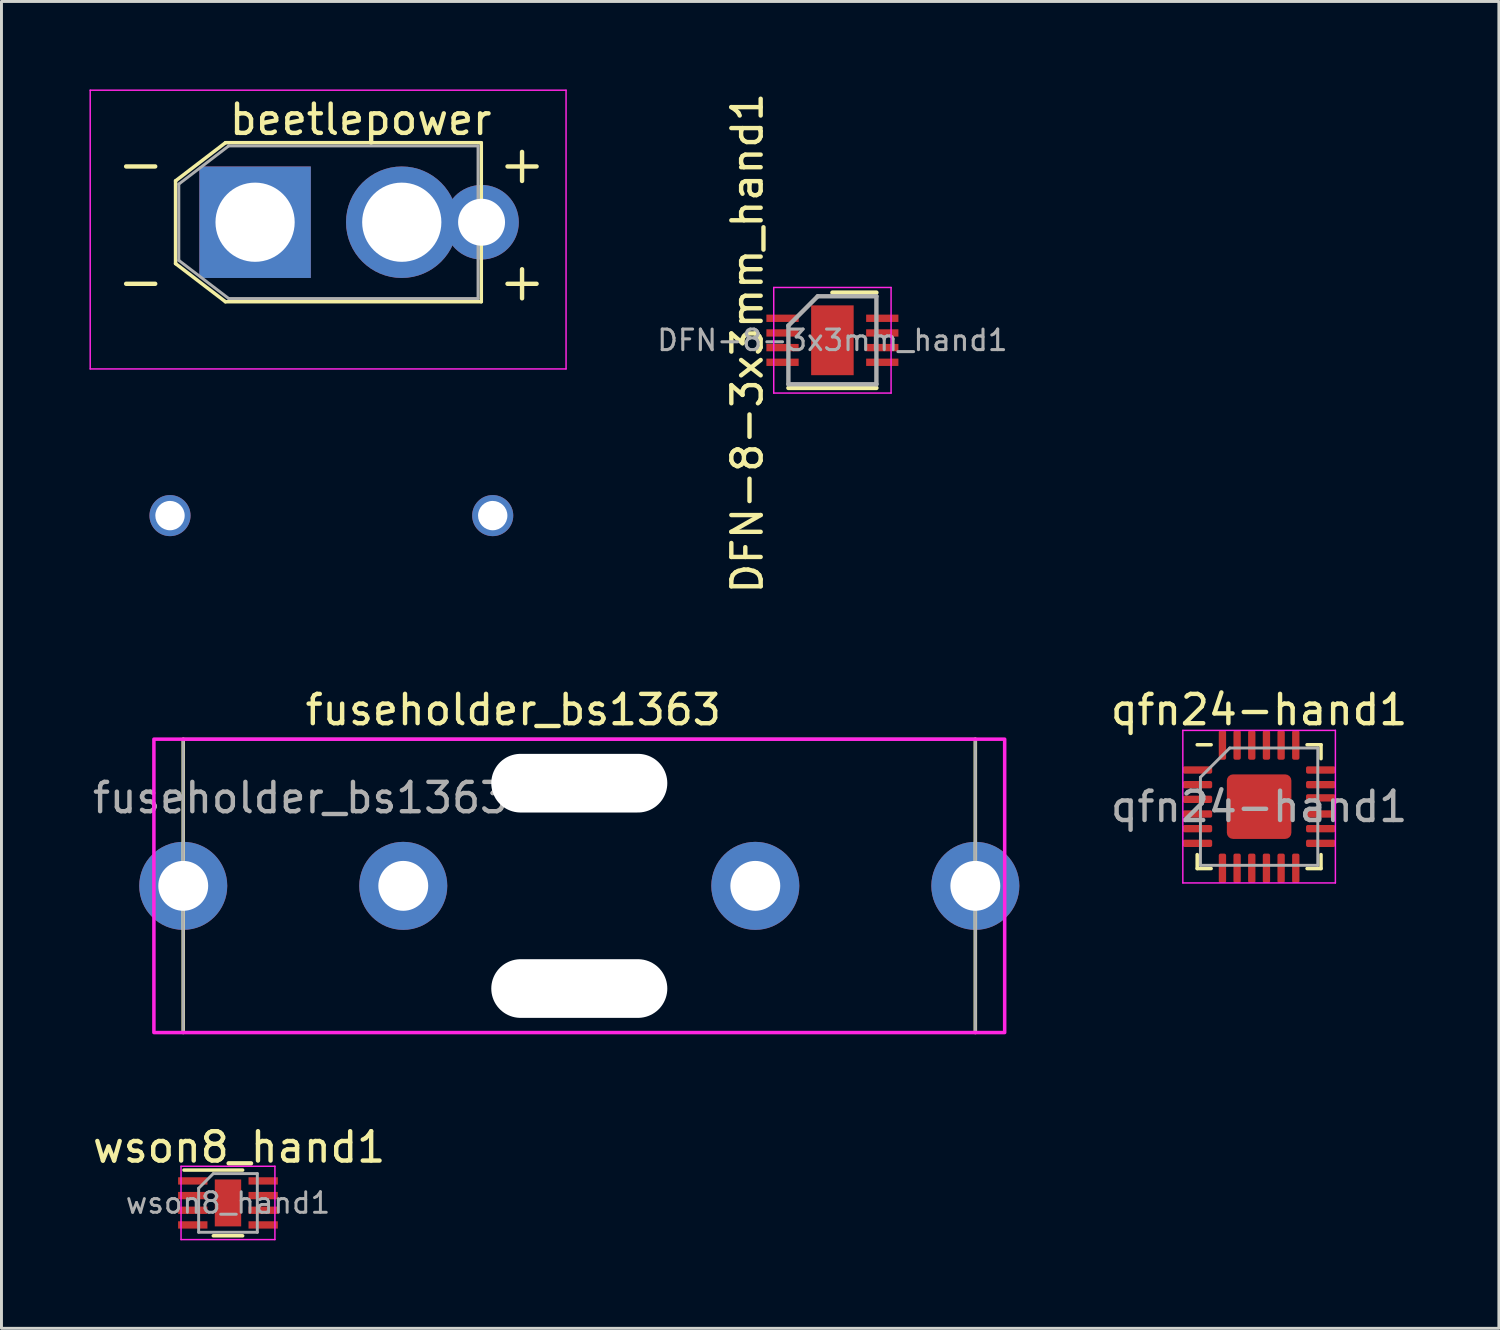
<source format=kicad_pcb>
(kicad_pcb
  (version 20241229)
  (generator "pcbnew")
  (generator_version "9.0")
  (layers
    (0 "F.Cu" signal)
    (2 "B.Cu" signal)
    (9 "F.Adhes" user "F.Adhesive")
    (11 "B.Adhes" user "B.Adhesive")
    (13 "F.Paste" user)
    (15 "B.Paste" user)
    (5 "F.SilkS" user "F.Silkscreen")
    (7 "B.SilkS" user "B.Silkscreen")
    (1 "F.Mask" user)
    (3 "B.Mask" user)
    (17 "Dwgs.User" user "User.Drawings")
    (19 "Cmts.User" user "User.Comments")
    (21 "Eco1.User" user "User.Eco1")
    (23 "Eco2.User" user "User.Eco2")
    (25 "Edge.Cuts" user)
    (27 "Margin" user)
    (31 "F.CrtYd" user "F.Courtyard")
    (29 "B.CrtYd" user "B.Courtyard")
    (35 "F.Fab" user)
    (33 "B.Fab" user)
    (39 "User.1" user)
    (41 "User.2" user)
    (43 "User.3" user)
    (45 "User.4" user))
  (footprint "fuseholder_bs1363"
    (layer "F.Cu")
    (at 3.196 27.146)
    (property "Reference" "fuseholder_bs1363" (at 11.25 -6 0) (layer "F.SilkS") (effects (font (size 1 1) (thickness 0.15))))
    (attr through_hole)
    (fp_line (start 0 -5) (end 0 5) (stroke (width 0.12) (type solid)) (layer "F.SilkS"))
    (fp_line (start 27 -5) (end 27 5) (stroke (width 0.12) (type solid)) (layer "F.SilkS"))
    (fp_rect (start -1 -5) (end 28 5) (stroke (width 0.12) (type solid)) (fill no) (layer "F.CrtYd"))
    (fp_rect (start 0 -5) (end 27 5) (stroke (width 0.1) (type solid)) (fill no) (layer "F.Fab"))
    (fp_text user "${REFERENCE}" (at 4 -3 0) (layer "F.Fab") (effects (font (size 1 1) (thickness 0.15))))
    (pad "" np_thru_hole oval (at 13.5 -3.5) (size 6 2) (drill oval 6 2) (layers "*.Cu" "*.Mask"))
    (pad "" np_thru_hole oval (at 13.5 3.5) (size 6 2) (drill oval 6 2) (layers "*.Cu" "*.Mask"))
    (pad "1" thru_hole circle (at 0 0) (size 3 3) (drill 1.7) (layers "*.Cu" "*.Mask"))
    (pad "1" thru_hole circle (at 7.5 0) (size 3 3) (drill 1.7) (layers "*.Cu" "*.Mask"))
    (pad "2" thru_hole circle (at 19.5 0) (size 3 3) (drill 1.7) (layers "*.Cu" "*.Mask"))
    (pad "2" thru_hole circle (at 27 0) (size 3 3) (drill 1.7) (layers "*.Cu" "*.Mask")))
  (footprint "qfn24-hand1"
    (layer "F.Cu")
    (at 39.869 24.446)
    (property "Reference" "qfn24-hand1" (at 0 -3.3 0) (layer "F.SilkS") (effects (font (size 1 1) (thickness 0.15))))
    (attr smd)
    (fp_line (start -2.11 2.11) (end -2.11 1.635) (stroke (width 0.12) (type solid)) (layer "F.SilkS"))
    (fp_line (start -1.635 -2.11) (end -2.11 -2.11) (stroke (width 0.12) (type solid)) (layer "F.SilkS"))
    (fp_line (start -1.635 2.11) (end -2.11 2.11) (stroke (width 0.12) (type solid)) (layer "F.SilkS"))
    (fp_line (start 1.635 -2.11) (end 2.11 -2.11) (stroke (width 0.12) (type solid)) (layer "F.SilkS"))
    (fp_line (start 1.635 2.11) (end 2.11 2.11) (stroke (width 0.12) (type solid)) (layer "F.SilkS"))
    (fp_line (start 2.11 -2.11) (end 2.11 -1.635) (stroke (width 0.12) (type solid)) (layer "F.SilkS"))
    (fp_line (start 2.11 2.11) (end 2.11 1.635) (stroke (width 0.12) (type solid)) (layer "F.SilkS"))
    (fp_line (start -2.6 -2.6) (end -2.6 2.6) (stroke (width 0.05) (type solid)) (layer "F.CrtYd"))
    (fp_line (start -2.6 2.6) (end 2.6 2.6) (stroke (width 0.05) (type solid)) (layer "F.CrtYd"))
    (fp_line (start 2.6 -2.6) (end -2.6 -2.6) (stroke (width 0.05) (type solid)) (layer "F.CrtYd"))
    (fp_line (start 2.6 2.6) (end 2.6 -2.6) (stroke (width 0.05) (type solid)) (layer "F.CrtYd"))
    (fp_line (start -2 -1) (end -1 -2) (stroke (width 0.1) (type solid)) (layer "F.Fab"))
    (fp_line (start -2 2) (end -2 -1) (stroke (width 0.1) (type solid)) (layer "F.Fab"))
    (fp_line (start -1 -2) (end 2 -2) (stroke (width 0.1) (type solid)) (layer "F.Fab"))
    (fp_line (start 2 -2) (end 2 2) (stroke (width 0.1) (type solid)) (layer "F.Fab"))
    (fp_line (start 2 2) (end -2 2) (stroke (width 0.1) (type solid)) (layer "F.Fab"))
    (fp_text user "${REFERENCE}" (at 0 0 0) (layer "F.Fab") (effects (font (size 1 1) (thickness 0.15))))
    (pad "" smd roundrect (at -0.65 -0.65) (size 0.8 0.8) (layers "F.Paste") (roundrect_rratio 0.238))
    (pad "" smd roundrect (at -0.65 0.65) (size 0.8 0.8) (layers "F.Paste") (roundrect_rratio 0.238))
    (pad "" smd roundrect (at 0.65 -0.65) (size 0.8 0.8) (layers "F.Paste") (roundrect_rratio 0.238))
    (pad "" smd roundrect (at 0.65 0.65) (size 0.8 0.8) (layers "F.Paste") (roundrect_rratio 0.238))
    (pad "1" smd roundrect (at -2.1 -1.25) (size 1 0.25) (layers "F.Cu" "F.Mask" "F.Paste") (roundrect_rratio 0.25))
    (pad "2" smd roundrect (at -2.1 -0.75) (size 1 0.25) (layers "F.Cu" "F.Mask" "F.Paste") (roundrect_rratio 0.25))
    (pad "3" smd roundrect (at -2.1 -0.25) (size 1 0.25) (layers "F.Cu" "F.Mask" "F.Paste") (roundrect_rratio 0.25))
    (pad "4" smd roundrect (at -2.1 0.25) (size 1 0.25) (layers "F.Cu" "F.Mask" "F.Paste") (roundrect_rratio 0.25))
    (pad "5" smd roundrect (at -2.1 0.75) (size 1 0.25) (layers "F.Cu" "F.Mask" "F.Paste") (roundrect_rratio 0.25))
    (pad "6" smd roundrect (at -2.1 1.25) (size 1 0.25) (layers "F.Cu" "F.Mask" "F.Paste") (roundrect_rratio 0.25))
    (pad "7" smd roundrect (at -1.25 2.1) (size 0.25 1) (layers "F.Cu" "F.Mask" "F.Paste") (roundrect_rratio 0.25))
    (pad "8" smd roundrect (at -0.75 2.1) (size 0.25 1) (layers "F.Cu" "F.Mask" "F.Paste") (roundrect_rratio 0.25))
    (pad "9" smd roundrect (at -0.25 2.1) (size 0.25 1) (layers "F.Cu" "F.Mask" "F.Paste") (roundrect_rratio 0.25))
    (pad "10" smd roundrect (at 0.25 2.1) (size 0.25 1) (layers "F.Cu" "F.Mask" "F.Paste") (roundrect_rratio 0.25))
    (pad "11" smd roundrect (at 0.75 2.1) (size 0.25 1) (layers "F.Cu" "F.Mask" "F.Paste") (roundrect_rratio 0.25))
    (pad "12" smd roundrect (at 1.25 2.1) (size 0.25 1) (layers "F.Cu" "F.Mask" "F.Paste") (roundrect_rratio 0.25))
    (pad "13" smd roundrect (at 2.1 1.25) (size 1 0.25) (layers "F.Cu" "F.Mask" "F.Paste") (roundrect_rratio 0.25))
    (pad "14" smd roundrect (at 2.1 0.75) (size 1 0.25) (layers "F.Cu" "F.Mask" "F.Paste") (roundrect_rratio 0.25))
    (pad "15" smd roundrect (at 2.1 0.25) (size 1 0.25) (layers "F.Cu" "F.Mask" "F.Paste") (roundrect_rratio 0.25))
    (pad "16" smd roundrect (at 2.1 -0.3) (size 1 0.25) (layers "F.Cu" "F.Mask" "F.Paste") (roundrect_rratio 0.25))
    (pad "17" smd roundrect (at 2.1 -0.75) (size 1 0.25) (layers "F.Cu" "F.Mask" "F.Paste") (roundrect_rratio 0.25))
    (pad "18" smd roundrect (at 2.1 -1.25) (size 1 0.25) (layers "F.Cu" "F.Mask" "F.Paste") (roundrect_rratio 0.25))
    (pad "19" smd roundrect (at 1.25 -2.1) (size 0.25 1) (layers "F.Cu" "F.Mask" "F.Paste") (roundrect_rratio 0.25))
    (pad "20" smd roundrect (at 0.75 -2.1) (size 0.25 1) (layers "F.Cu" "F.Mask" "F.Paste") (roundrect_rratio 0.25))
    (pad "21" smd roundrect (at 0.25 -2.1) (size 0.25 1) (layers "F.Cu" "F.Mask" "F.Paste") (roundrect_rratio 0.25))
    (pad "22" smd roundrect (at -0.25 -2.1) (size 0.25 1) (layers "F.Cu" "F.Mask" "F.Paste") (roundrect_rratio 0.25))
    (pad "23" smd roundrect (at -0.75 -2.1) (size 0.25 1) (layers "F.Cu" "F.Mask" "F.Paste") (roundrect_rratio 0.25))
    (pad "24" smd roundrect (at -1.25 -2.1) (size 0.25 1) (layers "F.Cu" "F.Mask" "F.Paste") (roundrect_rratio 0.25))
    (pad "25" smd roundrect (at 0 0) (size 2.2 2.2) (layers "F.Cu" "F.Mask") (roundrect_rratio 0.096)))
  (footprint "DFN-8-3x3mm_hand1"
    (layer "F.Cu")
    (at 25.324 8.549)
    (property "Reference" "DFN-8-3x3mm_hand1" (at -2.9 0.1 90) (layer "F.SilkS") (effects (font (size 1 1) (thickness 0.15))))
    (attr smd)
    (fp_line (start -1.5 1.625) (end 1.5 1.625) (stroke (width 0.15) (type solid)) (layer "F.SilkS"))
    (fp_line (start 0 -1.625) (end 1.5 -1.625) (stroke (width 0.15) (type solid)) (layer "F.SilkS"))
    (fp_line (start -2 -1.8) (end -2 1.8) (stroke (width 0.05) (type solid)) (layer "F.CrtYd"))
    (fp_line (start -2 -1.8) (end 2 -1.8) (stroke (width 0.05) (type solid)) (layer "F.CrtYd"))
    (fp_line (start -2 1.8) (end 2 1.8) (stroke (width 0.05) (type solid)) (layer "F.CrtYd"))
    (fp_line (start 2 -1.8) (end 2 1.8) (stroke (width 0.05) (type solid)) (layer "F.CrtYd"))
    (fp_line (start -1.5 -0.5) (end -0.5 -1.5) (stroke (width 0.15) (type solid)) (layer "F.Fab"))
    (fp_line (start -1.5 1.5) (end -1.5 -0.5) (stroke (width 0.15) (type solid)) (layer "F.Fab"))
    (fp_line (start -0.5 -1.5) (end 1.5 -1.5) (stroke (width 0.15) (type solid)) (layer "F.Fab"))
    (fp_line (start 1.5 -1.5) (end 1.5 1.5) (stroke (width 0.15) (type solid)) (layer "F.Fab"))
    (fp_line (start 1.5 1.5) (end -1.5 1.5) (stroke (width 0.15) (type solid)) (layer "F.Fab"))
    (fp_text user "${REFERENCE}" (at 0 0 0) (layer "F.Fab") (effects (font (size 0.7 0.7) (thickness 0.105))))
    (pad "" smd rect (at -0.415 -0.595) (size 0.4 1) (layers "F.Paste"))
    (pad "" smd rect (at -0.415 0.595) (size 0.4 1) (layers "F.Paste"))
    (pad "" smd rect (at 0.415 -0.595) (size 0.4 1) (layers "F.Paste"))
    (pad "" smd rect (at 0.415 0.595) (size 0.4 1) (layers "F.Paste"))
    (pad "1" smd rect (at -1.7 -0.75) (size 1.1 0.25) (layers "F.Cu" "F.Mask" "F.Paste"))
    (pad "2" smd rect (at -1.7 -0.25) (size 1.1 0.25) (layers "F.Cu" "F.Mask" "F.Paste"))
    (pad "3" smd rect (at -1.7 0.25) (size 1.1 0.25) (layers "F.Cu" "F.Mask" "F.Paste"))
    (pad "4" smd rect (at -1.7 0.75) (size 1.1 0.25) (layers "F.Cu" "F.Mask" "F.Paste"))
    (pad "5" smd rect (at 1.7 0.75) (size 1.1 0.25) (layers "F.Cu" "F.Mask" "F.Paste"))
    (pad "6" smd rect (at 1.7 0.25) (size 1.1 0.25) (layers "F.Cu" "F.Mask" "F.Paste"))
    (pad "7" smd rect (at 1.7 -0.25) (size 1.1 0.25) (layers "F.Cu" "F.Mask" "F.Paste"))
    (pad "8" smd rect (at 1.7 -0.75) (size 1.1 0.25) (layers "F.Cu" "F.Mask" "F.Paste"))
    (pad "9" smd rect (at 0 0) (size 1.45 2.38) (layers "F.Cu" "F.Mask")))
  (footprint "wson8_hand1"
    (layer "F.Cu")
    (at 4.721 37.954)
    (property "Reference" "wson8_hand1" (at 0.38 -1.9 0) (layer "F.SilkS") (effects (font (size 1 1) (thickness 0.15))))
    (attr smd)
    (fp_line (start -1.5 -1.12) (end 0.5 -1.12) (stroke (width 0.12) (type solid)) (layer "F.SilkS"))
    (fp_line (start 0.5 1.12) (end -0.5 1.12) (stroke (width 0.12) (type solid)) (layer "F.SilkS"))
    (fp_line (start -1.6 -1.25) (end -1.6 1.25) (stroke (width 0.05) (type solid)) (layer "F.CrtYd"))
    (fp_line (start -1.6 -1.25) (end 1.6 -1.25) (stroke (width 0.05) (type solid)) (layer "F.CrtYd"))
    (fp_line (start -1.6 1.25) (end 1.6 1.25) (stroke (width 0.05) (type solid)) (layer "F.CrtYd"))
    (fp_line (start 1.6 -1.25) (end 1.6 1.25) (stroke (width 0.05) (type solid)) (layer "F.CrtYd"))
    (fp_line (start -1 1) (end -1 -0.5) (stroke (width 0.1) (type solid)) (layer "F.Fab"))
    (fp_line (start -0.5 -1) (end -1 -0.5) (stroke (width 0.1) (type solid)) (layer "F.Fab"))
    (fp_line (start -0.5 -1) (end 1 -1) (stroke (width 0.1) (type solid)) (layer "F.Fab"))
    (fp_line (start 1 -1) (end 1 1) (stroke (width 0.1) (type solid)) (layer "F.Fab"))
    (fp_line (start 1 1) (end -1 1) (stroke (width 0.1) (type solid)) (layer "F.Fab"))
    (fp_text user "${REFERENCE}" (at 0 0 0) (layer "F.Fab") (effects (font (size 0.7 0.7) (thickness 0.1))))
    (pad "" smd rect (at 0 -0.4) (size 0.75 0.65) (layers "F.Paste"))
    (pad "" smd rect (at 0 0.4) (size 0.75 0.65) (layers "F.Paste"))
    (pad "1" smd rect (at -1.2 -0.75) (size 1 0.25) (layers "F.Cu" "F.Mask" "F.Paste"))
    (pad "2" smd rect (at -1.2 -0.25) (size 1 0.25) (layers "F.Cu" "F.Mask" "F.Paste"))
    (pad "3" smd rect (at -1.2 0.25) (size 1 0.25) (layers "F.Cu" "F.Mask" "F.Paste"))
    (pad "4" smd rect (at -1.2 0.75) (size 1 0.25) (layers "F.Cu" "F.Mask" "F.Paste"))
    (pad "5" smd rect (at 1.2 0.75) (size 1 0.25) (layers "F.Cu" "F.Mask" "F.Paste"))
    (pad "6" smd rect (at 1.2 0.25) (size 1 0.25) (layers "F.Cu" "F.Mask" "F.Paste"))
    (pad "7" smd rect (at 1.2 -0.25) (size 1 0.25) (layers "F.Cu" "F.Mask" "F.Paste"))
    (pad "8" smd rect (at 1.2 -0.75) (size 1 0.25) (layers "F.Cu" "F.Mask" "F.Paste"))
    (pad "9" smd rect (at 0 0) (size 0.9 1.6) (layers "F.Cu" "F.Mask")))
  (footprint "beetlepower"
    (layer "F.Cu")
    (at 5.745 4.525)
    (property "Reference" "beetlepower" (at 3.5 -3.5 0) (unlocked yes) (layer "F.SilkS") (effects (font (size 1 1) (thickness 0.15))))
    (fp_line (start -2.81 -1.41) (end -2.81 1.41) (stroke (width 0.12) (type solid)) (layer "F.SilkS"))
    (fp_line (start -2.81 -1.41) (end -1.11 -2.71) (stroke (width 0.12) (type solid)) (layer "F.SilkS"))
    (fp_line (start -2.81 1.41) (end -1.11 2.71) (stroke (width 0.12) (type solid)) (layer "F.SilkS"))
    (fp_line (start -1.11 -2.71) (end 7.61 -2.71) (stroke (width 0.12) (type solid)) (layer "F.SilkS"))
    (fp_line (start -1.11 2.71) (end 7.61 2.71) (stroke (width 0.12) (type solid)) (layer "F.SilkS"))
    (fp_line (start 7.61 -2.71) (end 7.61 2.71) (stroke (width 0.12) (type solid)) (layer "F.SilkS"))
    (fp_line (start -5.72 -4.5) (end 10.5 -4.5) (stroke (width 0.05) (type solid)) (layer "F.CrtYd"))
    (fp_line (start -5.72 5) (end -5.72 -4.5) (stroke (width 0.05) (type solid)) (layer "F.CrtYd"))
    (fp_line (start 10.5 -4.5) (end 10.5 5) (stroke (width 0.05) (type solid)) (layer "F.CrtYd"))
    (fp_line (start 10.5 5) (end -5.72 5) (stroke (width 0.05) (type solid)) (layer "F.CrtYd"))
    (fp_line (start -2.7 -1.3) (end -2.7 1.3) (stroke (width 0.1) (type solid)) (layer "F.Fab"))
    (fp_line (start -2.7 -1.3) (end -1 -2.6) (stroke (width 0.1) (type solid)) (layer "F.Fab"))
    (fp_line (start -2.7 1.3) (end -1 2.6) (stroke (width 0.1) (type solid)) (layer "F.Fab"))
    (fp_line (start -1 -2.6) (end 7.5 -2.6) (stroke (width 0.1) (type solid)) (layer "F.Fab"))
    (fp_line (start -1 2.6) (end 7.5 2.6) (stroke (width 0.1) (type solid)) (layer "F.Fab"))
    (fp_line (start 7.5 -2.6) (end 7.5 2.6) (stroke (width 0.1) (type solid)) (layer "F.Fab"))
    (fp_text user "+" (at 9 2 0) (unlocked yes) (layer "F.SilkS") (effects (font (size 1.3 1.3) (thickness 0.15))))
    (fp_text user "-" (at -4 -2 0) (unlocked yes) (layer "F.SilkS") (effects (font (size 1.3 1.3) (thickness 0.15))))
    (fp_text user "-" (at -4 2 0) (unlocked yes) (layer "F.SilkS") (effects (font (size 1.3 1.3) (thickness 0.15))))
    (fp_text user "+" (at 9 -2 0) (unlocked yes) (layer "F.SilkS") (effects (font (size 1.3 1.3) (thickness 0.15))))
    (pad "" thru_hole circle (at -3 10) (size 1.4 1.4) (drill 1) (layers "*.Cu" "*.Mask"))
    (pad "" thru_hole circle (at 8 10) (size 1.4 1.4) (drill 1) (layers "*.Cu" "*.Mask"))
    (pad "1" thru_hole rect (at -0.1 0) (size 3.8 3.8) (drill 2.7) (layers "*.Cu" "*.Mask"))
    (pad "2" thru_hole circle (at 4.9 0) (size 3.8 3.8) (drill 2.7) (layers "*.Cu" "*.Mask"))
    (pad "2" thru_hole circle (at 7.62 0) (size 2.54 2.54) (drill 1.6) (layers "*.Cu" "*.Mask")))
  (gr_rect
    (start -3 -3)
    (end 48.042 42.229)
    (stroke (width 0.1) (type default))
    (fill no)
    (layer "Edge.Cuts")))
</source>
